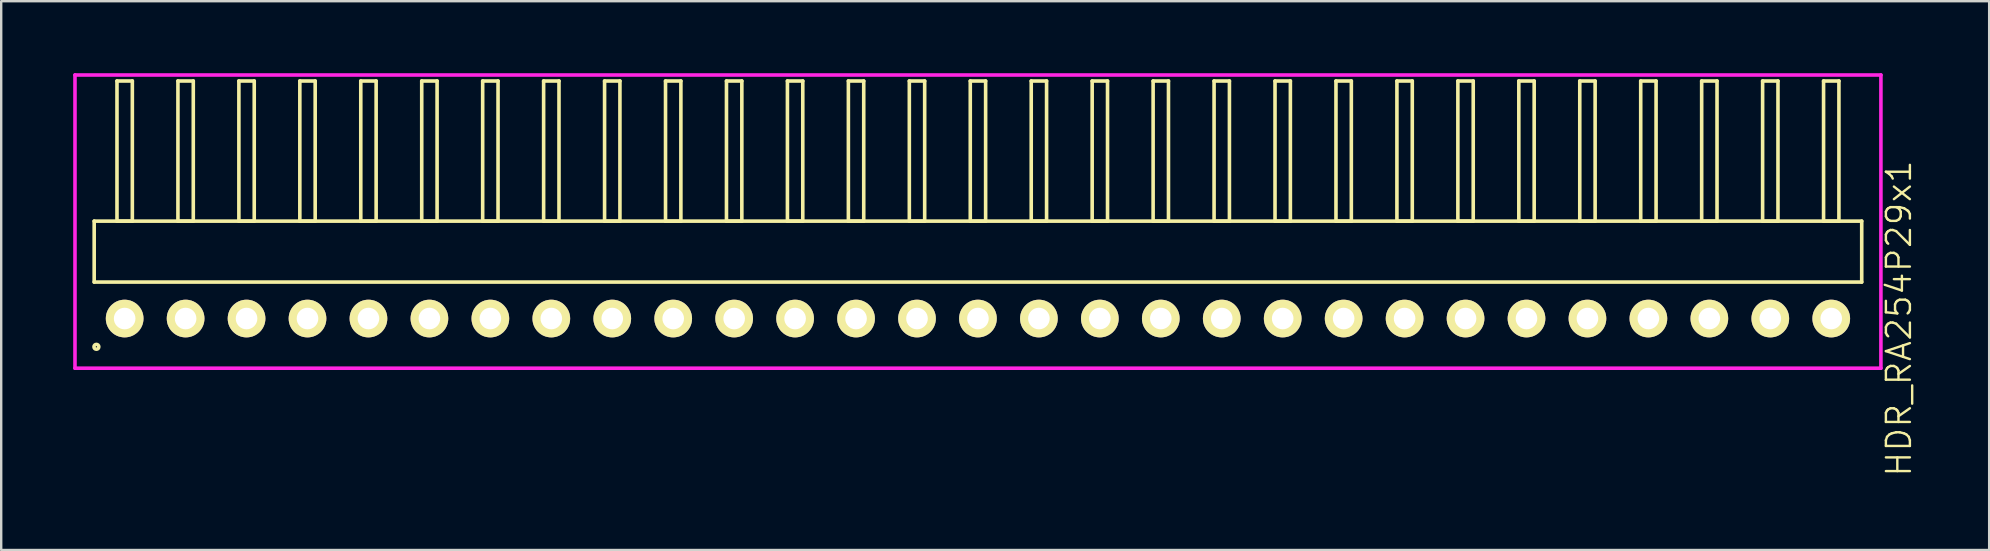
<source format=kicad_pcb>
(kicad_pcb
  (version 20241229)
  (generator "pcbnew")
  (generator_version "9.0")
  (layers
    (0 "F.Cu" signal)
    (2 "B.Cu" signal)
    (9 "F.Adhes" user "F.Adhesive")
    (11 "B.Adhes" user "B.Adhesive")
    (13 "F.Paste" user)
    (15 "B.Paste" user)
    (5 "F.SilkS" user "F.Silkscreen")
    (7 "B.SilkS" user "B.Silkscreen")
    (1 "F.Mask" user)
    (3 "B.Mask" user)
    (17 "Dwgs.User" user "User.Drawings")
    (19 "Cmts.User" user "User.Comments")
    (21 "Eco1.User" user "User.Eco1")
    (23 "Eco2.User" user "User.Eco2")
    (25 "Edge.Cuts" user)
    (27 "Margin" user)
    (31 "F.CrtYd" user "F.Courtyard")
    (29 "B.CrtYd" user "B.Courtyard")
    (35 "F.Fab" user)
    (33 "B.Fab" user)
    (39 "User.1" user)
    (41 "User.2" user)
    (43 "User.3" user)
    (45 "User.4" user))
  (footprint "HDR_RA254P29x1"
    (layer "F.Cu")
    (at 37.705 10.225)
    (property "Reference" "HDR_RA254P29x1" (at 38.38 0 90) (layer "F.SilkS") (effects (font (size 1 1) (thickness 0.1))))
    (attr through_hole)
    (fp_line (start -36.83 -4.06) (end -36.83 -1.52) (stroke (width 0.15) (type solid)) (layer "F.SilkS"))
    (fp_line (start -36.83 -1.52) (end 36.83 -1.52) (stroke (width 0.15) (type solid)) (layer "F.SilkS"))
    (fp_line (start -35.88 -9.9) (end -35.88 -4.06) (stroke (width 0.15) (type solid)) (layer "F.SilkS"))
    (fp_line (start -35.88 -4.06) (end -35.24 -4.06) (stroke (width 0.15) (type solid)) (layer "F.SilkS"))
    (fp_line (start -35.24 -9.9) (end -35.88 -9.9) (stroke (width 0.15) (type solid)) (layer "F.SilkS"))
    (fp_line (start -35.24 -4.06) (end -35.24 -9.9) (stroke (width 0.15) (type solid)) (layer "F.SilkS"))
    (fp_line (start -33.34 -9.9) (end -33.34 -4.06) (stroke (width 0.15) (type solid)) (layer "F.SilkS"))
    (fp_line (start -33.34 -4.06) (end -32.7 -4.06) (stroke (width 0.15) (type solid)) (layer "F.SilkS"))
    (fp_line (start -32.7 -9.9) (end -33.34 -9.9) (stroke (width 0.15) (type solid)) (layer "F.SilkS"))
    (fp_line (start -32.7 -4.06) (end -32.7 -9.9) (stroke (width 0.15) (type solid)) (layer "F.SilkS"))
    (fp_line (start -30.8 -9.9) (end -30.8 -4.06) (stroke (width 0.15) (type solid)) (layer "F.SilkS"))
    (fp_line (start -30.8 -4.06) (end -30.16 -4.06) (stroke (width 0.15) (type solid)) (layer "F.SilkS"))
    (fp_line (start -30.16 -9.9) (end -30.8 -9.9) (stroke (width 0.15) (type solid)) (layer "F.SilkS"))
    (fp_line (start -30.16 -4.06) (end -30.16 -9.9) (stroke (width 0.15) (type solid)) (layer "F.SilkS"))
    (fp_line (start -28.26 -9.9) (end -28.26 -4.06) (stroke (width 0.15) (type solid)) (layer "F.SilkS"))
    (fp_line (start -28.26 -4.06) (end -27.62 -4.06) (stroke (width 0.15) (type solid)) (layer "F.SilkS"))
    (fp_line (start -27.62 -9.9) (end -28.26 -9.9) (stroke (width 0.15) (type solid)) (layer "F.SilkS"))
    (fp_line (start -27.62 -4.06) (end -27.62 -9.9) (stroke (width 0.15) (type solid)) (layer "F.SilkS"))
    (fp_line (start -25.72 -9.9) (end -25.72 -4.06) (stroke (width 0.15) (type solid)) (layer "F.SilkS"))
    (fp_line (start -25.72 -4.06) (end -25.08 -4.06) (stroke (width 0.15) (type solid)) (layer "F.SilkS"))
    (fp_line (start -25.08 -9.9) (end -25.72 -9.9) (stroke (width 0.15) (type solid)) (layer "F.SilkS"))
    (fp_line (start -25.08 -4.06) (end -25.08 -9.9) (stroke (width 0.15) (type solid)) (layer "F.SilkS"))
    (fp_line (start -23.18 -9.9) (end -23.18 -4.06) (stroke (width 0.15) (type solid)) (layer "F.SilkS"))
    (fp_line (start -23.18 -4.06) (end -22.54 -4.06) (stroke (width 0.15) (type solid)) (layer "F.SilkS"))
    (fp_line (start -22.54 -9.9) (end -23.18 -9.9) (stroke (width 0.15) (type solid)) (layer "F.SilkS"))
    (fp_line (start -22.54 -4.06) (end -22.54 -9.9) (stroke (width 0.15) (type solid)) (layer "F.SilkS"))
    (fp_line (start -20.64 -9.9) (end -20.64 -4.06) (stroke (width 0.15) (type solid)) (layer "F.SilkS"))
    (fp_line (start -20.64 -4.06) (end -20 -4.06) (stroke (width 0.15) (type solid)) (layer "F.SilkS"))
    (fp_line (start -20 -9.9) (end -20.64 -9.9) (stroke (width 0.15) (type solid)) (layer "F.SilkS"))
    (fp_line (start -20 -4.06) (end -20 -9.9) (stroke (width 0.15) (type solid)) (layer "F.SilkS"))
    (fp_line (start -18.1 -9.9) (end -18.1 -4.06) (stroke (width 0.15) (type solid)) (layer "F.SilkS"))
    (fp_line (start -18.1 -4.06) (end -17.46 -4.06) (stroke (width 0.15) (type solid)) (layer "F.SilkS"))
    (fp_line (start -17.46 -9.9) (end -18.1 -9.9) (stroke (width 0.15) (type solid)) (layer "F.SilkS"))
    (fp_line (start -17.46 -4.06) (end -17.46 -9.9) (stroke (width 0.15) (type solid)) (layer "F.SilkS"))
    (fp_line (start -15.56 -9.9) (end -15.56 -4.06) (stroke (width 0.15) (type solid)) (layer "F.SilkS"))
    (fp_line (start -15.56 -4.06) (end -14.92 -4.06) (stroke (width 0.15) (type solid)) (layer "F.SilkS"))
    (fp_line (start -14.92 -9.9) (end -15.56 -9.9) (stroke (width 0.15) (type solid)) (layer "F.SilkS"))
    (fp_line (start -14.92 -4.06) (end -14.92 -9.9) (stroke (width 0.15) (type solid)) (layer "F.SilkS"))
    (fp_line (start -13.02 -9.9) (end -13.02 -4.06) (stroke (width 0.15) (type solid)) (layer "F.SilkS"))
    (fp_line (start -13.02 -4.06) (end -12.38 -4.06) (stroke (width 0.15) (type solid)) (layer "F.SilkS"))
    (fp_line (start -12.38 -9.9) (end -13.02 -9.9) (stroke (width 0.15) (type solid)) (layer "F.SilkS"))
    (fp_line (start -12.38 -4.06) (end -12.38 -9.9) (stroke (width 0.15) (type solid)) (layer "F.SilkS"))
    (fp_line (start -10.48 -9.9) (end -10.48 -4.06) (stroke (width 0.15) (type solid)) (layer "F.SilkS"))
    (fp_line (start -10.48 -4.06) (end -9.84 -4.06) (stroke (width 0.15) (type solid)) (layer "F.SilkS"))
    (fp_line (start -9.84 -9.9) (end -10.48 -9.9) (stroke (width 0.15) (type solid)) (layer "F.SilkS"))
    (fp_line (start -9.84 -4.06) (end -9.84 -9.9) (stroke (width 0.15) (type solid)) (layer "F.SilkS"))
    (fp_line (start -7.94 -9.9) (end -7.94 -4.06) (stroke (width 0.15) (type solid)) (layer "F.SilkS"))
    (fp_line (start -7.94 -4.06) (end -7.3 -4.06) (stroke (width 0.15) (type solid)) (layer "F.SilkS"))
    (fp_line (start -7.3 -9.9) (end -7.94 -9.9) (stroke (width 0.15) (type solid)) (layer "F.SilkS"))
    (fp_line (start -7.3 -4.06) (end -7.3 -9.9) (stroke (width 0.15) (type solid)) (layer "F.SilkS"))
    (fp_line (start -5.4 -9.9) (end -5.4 -4.06) (stroke (width 0.15) (type solid)) (layer "F.SilkS"))
    (fp_line (start -5.4 -4.06) (end -4.76 -4.06) (stroke (width 0.15) (type solid)) (layer "F.SilkS"))
    (fp_line (start -4.76 -9.9) (end -5.4 -9.9) (stroke (width 0.15) (type solid)) (layer "F.SilkS"))
    (fp_line (start -4.76 -4.06) (end -4.76 -9.9) (stroke (width 0.15) (type solid)) (layer "F.SilkS"))
    (fp_line (start -2.86 -9.9) (end -2.86 -4.06) (stroke (width 0.15) (type solid)) (layer "F.SilkS"))
    (fp_line (start -2.86 -4.06) (end -2.22 -4.06) (stroke (width 0.15) (type solid)) (layer "F.SilkS"))
    (fp_line (start -2.22 -9.9) (end -2.86 -9.9) (stroke (width 0.15) (type solid)) (layer "F.SilkS"))
    (fp_line (start -2.22 -4.06) (end -2.22 -9.9) (stroke (width 0.15) (type solid)) (layer "F.SilkS"))
    (fp_line (start -0.32 -9.9) (end -0.32 -4.06) (stroke (width 0.15) (type solid)) (layer "F.SilkS"))
    (fp_line (start -0.32 -4.06) (end 0.32 -4.06) (stroke (width 0.15) (type solid)) (layer "F.SilkS"))
    (fp_line (start 0.32 -9.9) (end -0.32 -9.9) (stroke (width 0.15) (type solid)) (layer "F.SilkS"))
    (fp_line (start 0.32 -4.06) (end 0.32 -9.9) (stroke (width 0.15) (type solid)) (layer "F.SilkS"))
    (fp_line (start 2.22 -9.9) (end 2.22 -4.06) (stroke (width 0.15) (type solid)) (layer "F.SilkS"))
    (fp_line (start 2.22 -4.06) (end 2.86 -4.06) (stroke (width 0.15) (type solid)) (layer "F.SilkS"))
    (fp_line (start 2.86 -9.9) (end 2.22 -9.9) (stroke (width 0.15) (type solid)) (layer "F.SilkS"))
    (fp_line (start 2.86 -4.06) (end 2.86 -9.9) (stroke (width 0.15) (type solid)) (layer "F.SilkS"))
    (fp_line (start 4.76 -9.9) (end 4.76 -4.06) (stroke (width 0.15) (type solid)) (layer "F.SilkS"))
    (fp_line (start 4.76 -4.06) (end 5.4 -4.06) (stroke (width 0.15) (type solid)) (layer "F.SilkS"))
    (fp_line (start 5.4 -9.9) (end 4.76 -9.9) (stroke (width 0.15) (type solid)) (layer "F.SilkS"))
    (fp_line (start 5.4 -4.06) (end 5.4 -9.9) (stroke (width 0.15) (type solid)) (layer "F.SilkS"))
    (fp_line (start 7.3 -9.9) (end 7.3 -4.06) (stroke (width 0.15) (type solid)) (layer "F.SilkS"))
    (fp_line (start 7.3 -4.06) (end 7.94 -4.06) (stroke (width 0.15) (type solid)) (layer "F.SilkS"))
    (fp_line (start 7.94 -9.9) (end 7.3 -9.9) (stroke (width 0.15) (type solid)) (layer "F.SilkS"))
    (fp_line (start 7.94 -4.06) (end 7.94 -9.9) (stroke (width 0.15) (type solid)) (layer "F.SilkS"))
    (fp_line (start 9.84 -9.9) (end 9.84 -4.06) (stroke (width 0.15) (type solid)) (layer "F.SilkS"))
    (fp_line (start 9.84 -4.06) (end 10.48 -4.06) (stroke (width 0.15) (type solid)) (layer "F.SilkS"))
    (fp_line (start 10.48 -9.9) (end 9.84 -9.9) (stroke (width 0.15) (type solid)) (layer "F.SilkS"))
    (fp_line (start 10.48 -4.06) (end 10.48 -9.9) (stroke (width 0.15) (type solid)) (layer "F.SilkS"))
    (fp_line (start 12.38 -9.9) (end 12.38 -4.06) (stroke (width 0.15) (type solid)) (layer "F.SilkS"))
    (fp_line (start 12.38 -4.06) (end 13.02 -4.06) (stroke (width 0.15) (type solid)) (layer "F.SilkS"))
    (fp_line (start 13.02 -9.9) (end 12.38 -9.9) (stroke (width 0.15) (type solid)) (layer "F.SilkS"))
    (fp_line (start 13.02 -4.06) (end 13.02 -9.9) (stroke (width 0.15) (type solid)) (layer "F.SilkS"))
    (fp_line (start 14.92 -9.9) (end 14.92 -4.06) (stroke (width 0.15) (type solid)) (layer "F.SilkS"))
    (fp_line (start 14.92 -4.06) (end 15.56 -4.06) (stroke (width 0.15) (type solid)) (layer "F.SilkS"))
    (fp_line (start 15.56 -9.9) (end 14.92 -9.9) (stroke (width 0.15) (type solid)) (layer "F.SilkS"))
    (fp_line (start 15.56 -4.06) (end 15.56 -9.9) (stroke (width 0.15) (type solid)) (layer "F.SilkS"))
    (fp_line (start 17.46 -9.9) (end 17.46 -4.06) (stroke (width 0.15) (type solid)) (layer "F.SilkS"))
    (fp_line (start 17.46 -4.06) (end 18.1 -4.06) (stroke (width 0.15) (type solid)) (layer "F.SilkS"))
    (fp_line (start 18.1 -9.9) (end 17.46 -9.9) (stroke (width 0.15) (type solid)) (layer "F.SilkS"))
    (fp_line (start 18.1 -4.06) (end 18.1 -9.9) (stroke (width 0.15) (type solid)) (layer "F.SilkS"))
    (fp_line (start 20 -9.9) (end 20 -4.06) (stroke (width 0.15) (type solid)) (layer "F.SilkS"))
    (fp_line (start 20 -4.06) (end 20.64 -4.06) (stroke (width 0.15) (type solid)) (layer "F.SilkS"))
    (fp_line (start 20.64 -9.9) (end 20 -9.9) (stroke (width 0.15) (type solid)) (layer "F.SilkS"))
    (fp_line (start 20.64 -4.06) (end 20.64 -9.9) (stroke (width 0.15) (type solid)) (layer "F.SilkS"))
    (fp_line (start 22.54 -9.9) (end 22.54 -4.06) (stroke (width 0.15) (type solid)) (layer "F.SilkS"))
    (fp_line (start 22.54 -4.06) (end 23.18 -4.06) (stroke (width 0.15) (type solid)) (layer "F.SilkS"))
    (fp_line (start 23.18 -9.9) (end 22.54 -9.9) (stroke (width 0.15) (type solid)) (layer "F.SilkS"))
    (fp_line (start 23.18 -4.06) (end 23.18 -9.9) (stroke (width 0.15) (type solid)) (layer "F.SilkS"))
    (fp_line (start 25.08 -9.9) (end 25.08 -4.06) (stroke (width 0.15) (type solid)) (layer "F.SilkS"))
    (fp_line (start 25.08 -4.06) (end 25.72 -4.06) (stroke (width 0.15) (type solid)) (layer "F.SilkS"))
    (fp_line (start 25.72 -9.9) (end 25.08 -9.9) (stroke (width 0.15) (type solid)) (layer "F.SilkS"))
    (fp_line (start 25.72 -4.06) (end 25.72 -9.9) (stroke (width 0.15) (type solid)) (layer "F.SilkS"))
    (fp_line (start 27.62 -9.9) (end 27.62 -4.06) (stroke (width 0.15) (type solid)) (layer "F.SilkS"))
    (fp_line (start 27.62 -4.06) (end 28.26 -4.06) (stroke (width 0.15) (type solid)) (layer "F.SilkS"))
    (fp_line (start 28.26 -9.9) (end 27.62 -9.9) (stroke (width 0.15) (type solid)) (layer "F.SilkS"))
    (fp_line (start 28.26 -4.06) (end 28.26 -9.9) (stroke (width 0.15) (type solid)) (layer "F.SilkS"))
    (fp_line (start 30.16 -9.9) (end 30.16 -4.06) (stroke (width 0.15) (type solid)) (layer "F.SilkS"))
    (fp_line (start 30.16 -4.06) (end 30.8 -4.06) (stroke (width 0.15) (type solid)) (layer "F.SilkS"))
    (fp_line (start 30.8 -9.9) (end 30.16 -9.9) (stroke (width 0.15) (type solid)) (layer "F.SilkS"))
    (fp_line (start 30.8 -4.06) (end 30.8 -9.9) (stroke (width 0.15) (type solid)) (layer "F.SilkS"))
    (fp_line (start 32.7 -9.9) (end 32.7 -4.06) (stroke (width 0.15) (type solid)) (layer "F.SilkS"))
    (fp_line (start 32.7 -4.06) (end 33.34 -4.06) (stroke (width 0.15) (type solid)) (layer "F.SilkS"))
    (fp_line (start 33.34 -9.9) (end 32.7 -9.9) (stroke (width 0.15) (type solid)) (layer "F.SilkS"))
    (fp_line (start 33.34 -4.06) (end 33.34 -9.9) (stroke (width 0.15) (type solid)) (layer "F.SilkS"))
    (fp_line (start 35.24 -9.9) (end 35.24 -4.06) (stroke (width 0.15) (type solid)) (layer "F.SilkS"))
    (fp_line (start 35.24 -4.06) (end 35.88 -4.06) (stroke (width 0.15) (type solid)) (layer "F.SilkS"))
    (fp_line (start 35.88 -9.9) (end 35.24 -9.9) (stroke (width 0.15) (type solid)) (layer "F.SilkS"))
    (fp_line (start 35.88 -4.06) (end 35.88 -9.9) (stroke (width 0.15) (type solid)) (layer "F.SilkS"))
    (fp_line (start 36.83 -4.06) (end -36.83 -4.06) (stroke (width 0.15) (type solid)) (layer "F.SilkS"))
    (fp_line (start 36.83 -1.52) (end 36.83 -4.06) (stroke (width 0.15) (type solid)) (layer "F.SilkS"))
    (fp_circle (center -36.738 1.178) (end -36.637 1.178) (stroke (width 0.15) (type solid)) (fill no) (layer "F.SilkS"))
    (fp_line (start -37.63 -10.15) (end -37.63 2.07) (stroke (width 0.15) (type solid)) (layer "F.CrtYd"))
    (fp_line (start -37.63 2.07) (end 37.63 2.07) (stroke (width 0.15) (type solid)) (layer "F.CrtYd"))
    (fp_line (start 37.63 -10.15) (end -37.63 -10.15) (stroke (width 0.15) (type solid)) (layer "F.CrtYd"))
    (fp_line (start 37.63 2.07) (end 37.63 -10.15) (stroke (width 0.15) (type solid)) (layer "F.CrtYd"))
    (pad "1" thru_hole oval (at -35.56 0) (size 1.57 1.57) (drill 0.9) (layers "*.Cu" "*.Mask" "F.SilkS"))
    (pad "2" thru_hole oval (at -33.02 0) (size 1.57 1.57) (drill 0.9) (layers "*.Cu" "*.Mask" "F.SilkS"))
    (pad "3" thru_hole oval (at -30.48 0) (size 1.57 1.57) (drill 0.9) (layers "*.Cu" "*.Mask" "F.SilkS"))
    (pad "4" thru_hole oval (at -27.94 0) (size 1.57 1.57) (drill 0.9) (layers "*.Cu" "*.Mask" "F.SilkS"))
    (pad "5" thru_hole oval (at -25.4 0) (size 1.57 1.57) (drill 0.9) (layers "*.Cu" "*.Mask" "F.SilkS"))
    (pad "6" thru_hole oval (at -22.86 0) (size 1.57 1.57) (drill 0.9) (layers "*.Cu" "*.Mask" "F.SilkS"))
    (pad "7" thru_hole oval (at -20.32 0) (size 1.57 1.57) (drill 0.9) (layers "*.Cu" "*.Mask" "F.SilkS"))
    (pad "8" thru_hole oval (at -17.78 0) (size 1.57 1.57) (drill 0.9) (layers "*.Cu" "*.Mask" "F.SilkS"))
    (pad "9" thru_hole oval (at -15.24 0) (size 1.57 1.57) (drill 0.9) (layers "*.Cu" "*.Mask" "F.SilkS"))
    (pad "10" thru_hole oval (at -12.7 0) (size 1.57 1.57) (drill 0.9) (layers "*.Cu" "*.Mask" "F.SilkS"))
    (pad "11" thru_hole oval (at -10.16 0) (size 1.57 1.57) (drill 0.9) (layers "*.Cu" "*.Mask" "F.SilkS"))
    (pad "12" thru_hole oval (at -7.62 0) (size 1.57 1.57) (drill 0.9) (layers "*.Cu" "*.Mask" "F.SilkS"))
    (pad "13" thru_hole oval (at -5.08 0) (size 1.57 1.57) (drill 0.9) (layers "*.Cu" "*.Mask" "F.SilkS"))
    (pad "14" thru_hole oval (at -2.54 0) (size 1.57 1.57) (drill 0.9) (layers "*.Cu" "*.Mask" "F.SilkS"))
    (pad "15" thru_hole oval (at 0 0) (size 1.57 1.57) (drill 0.9) (layers "*.Cu" "*.Mask" "F.SilkS"))
    (pad "16" thru_hole oval (at 2.54 0) (size 1.57 1.57) (drill 0.9) (layers "*.Cu" "*.Mask" "F.SilkS"))
    (pad "17" thru_hole oval (at 5.08 0) (size 1.57 1.57) (drill 0.9) (layers "*.Cu" "*.Mask" "F.SilkS"))
    (pad "18" thru_hole oval (at 7.62 0) (size 1.57 1.57) (drill 0.9) (layers "*.Cu" "*.Mask" "F.SilkS"))
    (pad "19" thru_hole oval (at 10.16 0) (size 1.57 1.57) (drill 0.9) (layers "*.Cu" "*.Mask" "F.SilkS"))
    (pad "20" thru_hole oval (at 12.7 0) (size 1.57 1.57) (drill 0.9) (layers "*.Cu" "*.Mask" "F.SilkS"))
    (pad "21" thru_hole oval (at 15.24 0) (size 1.57 1.57) (drill 0.9) (layers "*.Cu" "*.Mask" "F.SilkS"))
    (pad "22" thru_hole oval (at 17.78 0) (size 1.57 1.57) (drill 0.9) (layers "*.Cu" "*.Mask" "F.SilkS"))
    (pad "23" thru_hole oval (at 20.32 0) (size 1.57 1.57) (drill 0.9) (layers "*.Cu" "*.Mask" "F.SilkS"))
    (pad "24" thru_hole oval (at 22.86 0) (size 1.57 1.57) (drill 0.9) (layers "*.Cu" "*.Mask" "F.SilkS"))
    (pad "25" thru_hole oval (at 25.4 0) (size 1.57 1.57) (drill 0.9) (layers "*.Cu" "*.Mask" "F.SilkS"))
    (pad "26" thru_hole oval (at 27.94 0) (size 1.57 1.57) (drill 0.9) (layers "*.Cu" "*.Mask" "F.SilkS"))
    (pad "27" thru_hole oval (at 30.48 0) (size 1.57 1.57) (drill 0.9) (layers "*.Cu" "*.Mask" "F.SilkS"))
    (pad "28" thru_hole oval (at 33.02 0) (size 1.57 1.57) (drill 0.9) (layers "*.Cu" "*.Mask" "F.SilkS"))
    (pad "29" thru_hole oval (at 35.56 0) (size 1.57 1.57) (drill 0.9) (layers "*.Cu" "*.Mask" "F.SilkS")))
  (gr_rect
    (start -3 -3)
    (end 79.846 19.87)
    (stroke (width 0.1) (type default))
    (fill no)
    (layer "Edge.Cuts")))
</source>
